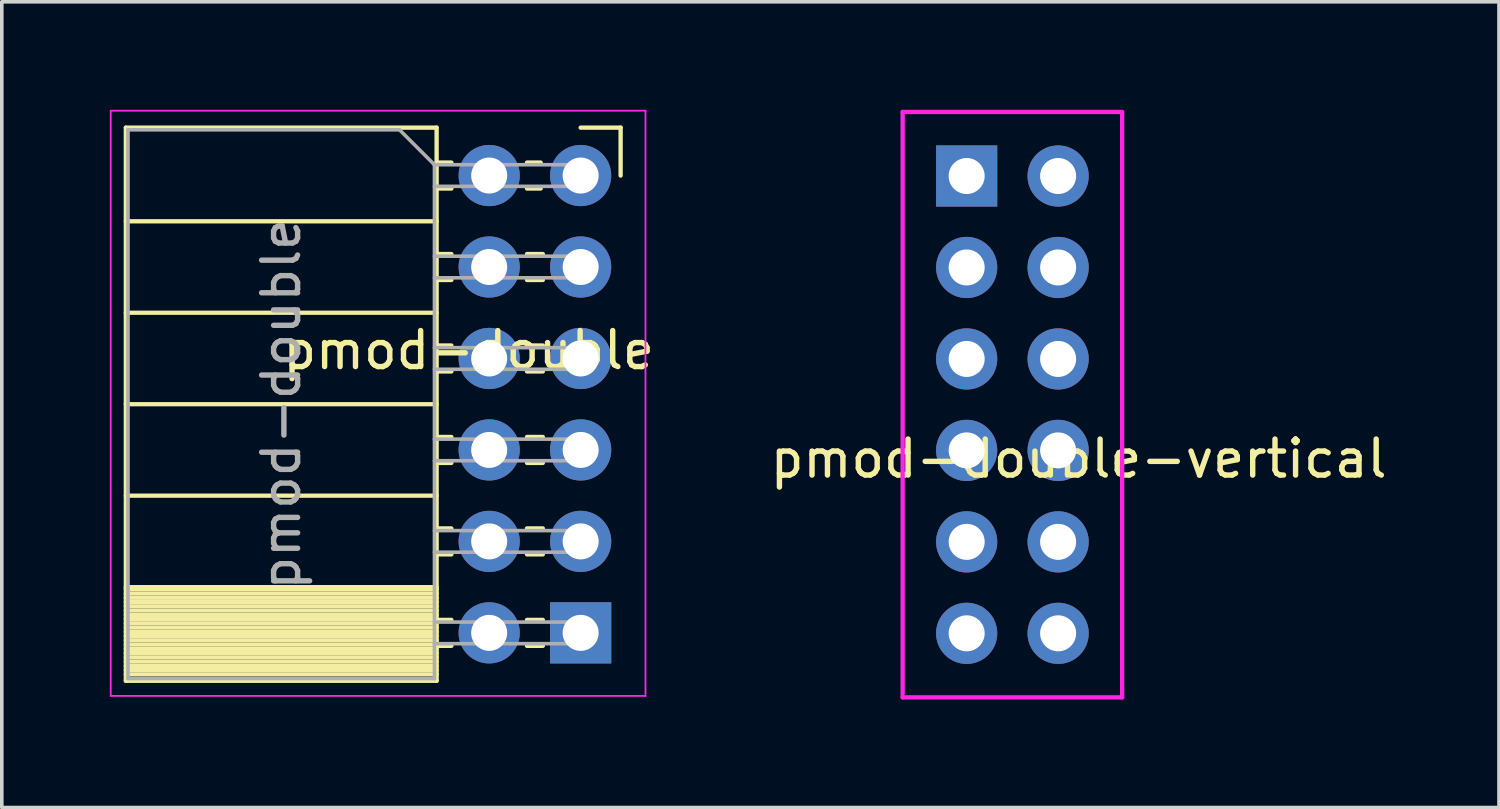
<source format=kicad_pcb>
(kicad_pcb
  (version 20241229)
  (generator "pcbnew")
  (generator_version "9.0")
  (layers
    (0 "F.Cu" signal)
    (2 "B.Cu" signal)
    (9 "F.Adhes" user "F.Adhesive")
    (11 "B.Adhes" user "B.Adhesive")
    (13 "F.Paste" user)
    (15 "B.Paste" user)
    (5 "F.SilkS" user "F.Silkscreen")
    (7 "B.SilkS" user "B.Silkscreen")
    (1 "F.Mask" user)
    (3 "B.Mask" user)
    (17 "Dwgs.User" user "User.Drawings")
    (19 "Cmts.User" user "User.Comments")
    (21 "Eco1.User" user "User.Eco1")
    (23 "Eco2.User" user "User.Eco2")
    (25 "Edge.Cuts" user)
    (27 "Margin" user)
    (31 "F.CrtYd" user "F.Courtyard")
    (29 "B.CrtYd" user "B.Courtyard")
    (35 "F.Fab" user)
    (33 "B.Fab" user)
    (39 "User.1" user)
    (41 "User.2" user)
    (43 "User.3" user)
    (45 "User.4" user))
  (footprint "pmod-double"
    (layer "F.Cu")
    (at 13.202 1.825)
    (property "Reference" "pmod-double" (at -3.237 4.85 180) (layer "F.SilkS") (effects (font (size 1 1) (thickness 0.15))))
    (attr through_hole)
    (fp_line (start -12.757 -1.33) (end -12.757 14.03) (stroke (width 0.12) (type solid)) (layer "F.SilkS"))
    (fp_line (start -12.757 -1.33) (end -4.127 -1.33) (stroke (width 0.12) (type solid)) (layer "F.SilkS"))
    (fp_line (start -12.757 1.27) (end -4.127 1.27) (stroke (width 0.12) (type solid)) (layer "F.SilkS"))
    (fp_line (start -12.757 3.81) (end -4.127 3.81) (stroke (width 0.12) (type solid)) (layer "F.SilkS"))
    (fp_line (start -12.757 6.35) (end -4.127 6.35) (stroke (width 0.12) (type solid)) (layer "F.SilkS"))
    (fp_line (start -12.757 8.89) (end -4.127 8.89) (stroke (width 0.12) (type solid)) (layer "F.SilkS"))
    (fp_line (start -12.757 11.43) (end -4.127 11.43) (stroke (width 0.12) (type solid)) (layer "F.SilkS"))
    (fp_line (start -12.757 11.49) (end -4.127 11.49) (stroke (width 0.12) (type solid)) (layer "F.SilkS"))
    (fp_line (start -12.757 11.608) (end -4.127 11.608) (stroke (width 0.12) (type solid)) (layer "F.SilkS"))
    (fp_line (start -12.757 11.726) (end -4.127 11.726) (stroke (width 0.12) (type solid)) (layer "F.SilkS"))
    (fp_line (start -12.757 11.844) (end -4.127 11.844) (stroke (width 0.12) (type solid)) (layer "F.SilkS"))
    (fp_line (start -12.757 11.962) (end -4.127 11.962) (stroke (width 0.12) (type solid)) (layer "F.SilkS"))
    (fp_line (start -12.757 12.08) (end -4.127 12.08) (stroke (width 0.12) (type solid)) (layer "F.SilkS"))
    (fp_line (start -12.757 12.199) (end -4.127 12.199) (stroke (width 0.12) (type solid)) (layer "F.SilkS"))
    (fp_line (start -12.757 12.317) (end -4.127 12.317) (stroke (width 0.12) (type solid)) (layer "F.SilkS"))
    (fp_line (start -12.757 12.435) (end -4.127 12.435) (stroke (width 0.12) (type solid)) (layer "F.SilkS"))
    (fp_line (start -12.757 12.553) (end -4.127 12.553) (stroke (width 0.12) (type solid)) (layer "F.SilkS"))
    (fp_line (start -12.757 12.671) (end -4.127 12.671) (stroke (width 0.12) (type solid)) (layer "F.SilkS"))
    (fp_line (start -12.757 12.789) (end -4.127 12.789) (stroke (width 0.12) (type solid)) (layer "F.SilkS"))
    (fp_line (start -12.757 12.907) (end -4.127 12.907) (stroke (width 0.12) (type solid)) (layer "F.SilkS"))
    (fp_line (start -12.757 13.025) (end -4.127 13.025) (stroke (width 0.12) (type solid)) (layer "F.SilkS"))
    (fp_line (start -12.757 13.143) (end -4.127 13.143) (stroke (width 0.12) (type solid)) (layer "F.SilkS"))
    (fp_line (start -12.757 13.261) (end -4.127 13.261) (stroke (width 0.12) (type solid)) (layer "F.SilkS"))
    (fp_line (start -12.757 13.38) (end -4.127 13.38) (stroke (width 0.12) (type solid)) (layer "F.SilkS"))
    (fp_line (start -12.757 13.498) (end -4.127 13.498) (stroke (width 0.12) (type solid)) (layer "F.SilkS"))
    (fp_line (start -12.757 13.616) (end -4.127 13.616) (stroke (width 0.12) (type solid)) (layer "F.SilkS"))
    (fp_line (start -12.757 13.734) (end -4.127 13.734) (stroke (width 0.12) (type solid)) (layer "F.SilkS"))
    (fp_line (start -12.757 13.852) (end -4.127 13.852) (stroke (width 0.12) (type solid)) (layer "F.SilkS"))
    (fp_line (start -12.757 14.03) (end -4.127 14.03) (stroke (width 0.12) (type solid)) (layer "F.SilkS"))
    (fp_line (start -4.127 -1.33) (end -4.127 14.03) (stroke (width 0.12) (type solid)) (layer "F.SilkS"))
    (fp_line (start -4.127 -0.36) (end -3.717 -0.36) (stroke (width 0.12) (type solid)) (layer "F.SilkS"))
    (fp_line (start -4.127 0.36) (end -3.717 0.36) (stroke (width 0.12) (type solid)) (layer "F.SilkS"))
    (fp_line (start -4.127 2.18) (end -3.717 2.18) (stroke (width 0.12) (type solid)) (layer "F.SilkS"))
    (fp_line (start -4.127 2.9) (end -3.717 2.9) (stroke (width 0.12) (type solid)) (layer "F.SilkS"))
    (fp_line (start -4.127 4.72) (end -3.717 4.72) (stroke (width 0.12) (type solid)) (layer "F.SilkS"))
    (fp_line (start -4.127 5.44) (end -3.717 5.44) (stroke (width 0.12) (type solid)) (layer "F.SilkS"))
    (fp_line (start -4.127 7.26) (end -3.717 7.26) (stroke (width 0.12) (type solid)) (layer "F.SilkS"))
    (fp_line (start -4.127 7.98) (end -3.717 7.98) (stroke (width 0.12) (type solid)) (layer "F.SilkS"))
    (fp_line (start -4.127 9.8) (end -3.717 9.8) (stroke (width 0.12) (type solid)) (layer "F.SilkS"))
    (fp_line (start -4.127 10.52) (end -3.717 10.52) (stroke (width 0.12) (type solid)) (layer "F.SilkS"))
    (fp_line (start -4.127 12.34) (end -3.717 12.34) (stroke (width 0.12) (type solid)) (layer "F.SilkS"))
    (fp_line (start -4.127 13.06) (end -3.717 13.06) (stroke (width 0.12) (type solid)) (layer "F.SilkS"))
    (fp_line (start -1.617 -0.36) (end -1.237 -0.36) (stroke (width 0.12) (type solid)) (layer "F.SilkS"))
    (fp_line (start -1.617 0.36) (end -1.237 0.36) (stroke (width 0.12) (type solid)) (layer "F.SilkS"))
    (fp_line (start -1.617 2.18) (end -1.177 2.18) (stroke (width 0.12) (type solid)) (layer "F.SilkS"))
    (fp_line (start -1.617 2.9) (end -1.177 2.9) (stroke (width 0.12) (type solid)) (layer "F.SilkS"))
    (fp_line (start -1.617 4.72) (end -1.177 4.72) (stroke (width 0.12) (type solid)) (layer "F.SilkS"))
    (fp_line (start -1.617 5.44) (end -1.177 5.44) (stroke (width 0.12) (type solid)) (layer "F.SilkS"))
    (fp_line (start -1.617 7.26) (end -1.177 7.26) (stroke (width 0.12) (type solid)) (layer "F.SilkS"))
    (fp_line (start -1.617 7.98) (end -1.177 7.98) (stroke (width 0.12) (type solid)) (layer "F.SilkS"))
    (fp_line (start -1.617 9.8) (end -1.177 9.8) (stroke (width 0.12) (type solid)) (layer "F.SilkS"))
    (fp_line (start -1.617 10.52) (end -1.177 10.52) (stroke (width 0.12) (type solid)) (layer "F.SilkS"))
    (fp_line (start -1.617 12.34) (end -1.177 12.34) (stroke (width 0.12) (type solid)) (layer "F.SilkS"))
    (fp_line (start -1.617 13.06) (end -1.177 13.06) (stroke (width 0.12) (type solid)) (layer "F.SilkS"))
    (fp_line (start -0.127 -1.33) (end 0.983 -1.33) (stroke (width 0.12) (type solid)) (layer "F.SilkS"))
    (fp_line (start 0.983 -1.33) (end 0.983 0) (stroke (width 0.12) (type solid)) (layer "F.SilkS"))
    (fp_line (start -13.177 -1.8) (end -13.177 14.45) (stroke (width 0.05) (type solid)) (layer "F.CrtYd"))
    (fp_line (start -13.177 14.45) (end 1.673 14.45) (stroke (width 0.05) (type solid)) (layer "F.CrtYd"))
    (fp_line (start 1.673 -1.8) (end -13.177 -1.8) (stroke (width 0.05) (type solid)) (layer "F.CrtYd"))
    (fp_line (start 1.673 14.45) (end 1.673 -1.8) (stroke (width 0.05) (type solid)) (layer "F.CrtYd"))
    (fp_line (start -12.697 -1.27) (end -5.157 -1.27) (stroke (width 0.1) (type solid)) (layer "F.Fab"))
    (fp_line (start -12.697 13.97) (end -12.697 -1.27) (stroke (width 0.1) (type solid)) (layer "F.Fab"))
    (fp_line (start -5.157 -1.27) (end -4.187 -0.3) (stroke (width 0.1) (type solid)) (layer "F.Fab"))
    (fp_line (start -4.187 -0.3) (end -4.187 13.97) (stroke (width 0.1) (type solid)) (layer "F.Fab"))
    (fp_line (start -4.187 0.3) (end -0.127 0.3) (stroke (width 0.1) (type solid)) (layer "F.Fab"))
    (fp_line (start -4.187 2.84) (end -0.127 2.84) (stroke (width 0.1) (type solid)) (layer "F.Fab"))
    (fp_line (start -4.187 5.38) (end -0.127 5.38) (stroke (width 0.1) (type solid)) (layer "F.Fab"))
    (fp_line (start -4.187 7.92) (end -0.127 7.92) (stroke (width 0.1) (type solid)) (layer "F.Fab"))
    (fp_line (start -4.187 10.46) (end -0.127 10.46) (stroke (width 0.1) (type solid)) (layer "F.Fab"))
    (fp_line (start -4.187 13) (end -0.127 13) (stroke (width 0.1) (type solid)) (layer "F.Fab"))
    (fp_line (start -4.187 13.97) (end -12.697 13.97) (stroke (width 0.1) (type solid)) (layer "F.Fab"))
    (fp_line (start -0.127 -0.3) (end -4.187 -0.3) (stroke (width 0.1) (type solid)) (layer "F.Fab"))
    (fp_line (start -0.127 0.3) (end -0.127 -0.3) (stroke (width 0.1) (type solid)) (layer "F.Fab"))
    (fp_line (start -0.127 2.24) (end -4.187 2.24) (stroke (width 0.1) (type solid)) (layer "F.Fab"))
    (fp_line (start -0.127 2.84) (end -0.127 2.24) (stroke (width 0.1) (type solid)) (layer "F.Fab"))
    (fp_line (start -0.127 4.78) (end -4.187 4.78) (stroke (width 0.1) (type solid)) (layer "F.Fab"))
    (fp_line (start -0.127 5.38) (end -0.127 4.78) (stroke (width 0.1) (type solid)) (layer "F.Fab"))
    (fp_line (start -0.127 7.32) (end -4.187 7.32) (stroke (width 0.1) (type solid)) (layer "F.Fab"))
    (fp_line (start -0.127 7.92) (end -0.127 7.32) (stroke (width 0.1) (type solid)) (layer "F.Fab"))
    (fp_line (start -0.127 9.86) (end -4.187 9.86) (stroke (width 0.1) (type solid)) (layer "F.Fab"))
    (fp_line (start -0.127 10.46) (end -0.127 9.86) (stroke (width 0.1) (type solid)) (layer "F.Fab"))
    (fp_line (start -0.127 12.4) (end -4.187 12.4) (stroke (width 0.1) (type solid)) (layer "F.Fab"))
    (fp_line (start -0.127 13) (end -0.127 12.4) (stroke (width 0.1) (type solid)) (layer "F.Fab"))
    (fp_text user "${REFERENCE}" (at -8.442 6.35 90) (layer "F.Fab") (effects (font (size 1 1) (thickness 0.15))))
    (pad "1" thru_hole rect (at -0.127 12.7) (size 1.7 1.7) (drill 1) (layers "*.Cu" "*.Mask"))
    (pad "2" thru_hole oval (at -0.127 10.16) (size 1.7 1.7) (drill 1) (layers "*.Cu" "*.Mask"))
    (pad "3" thru_hole oval (at -0.127 7.62) (size 1.7 1.7) (drill 1) (layers "*.Cu" "*.Mask"))
    (pad "4" thru_hole oval (at -0.127 5.08) (size 1.7 1.7) (drill 1) (layers "*.Cu" "*.Mask"))
    (pad "5" thru_hole oval (at -0.127 2.54) (size 1.7 1.7) (drill 1) (layers "*.Cu" "*.Mask"))
    (pad "6" thru_hole oval (at -0.127 0) (size 1.7 1.7) (drill 1) (layers "*.Cu" "*.Mask"))
    (pad "7" thru_hole oval (at -2.667 12.7) (size 1.7 1.7) (drill 1) (layers "*.Cu" "*.Mask"))
    (pad "8" thru_hole oval (at -2.667 10.16) (size 1.7 1.7) (drill 1) (layers "*.Cu" "*.Mask"))
    (pad "9" thru_hole oval (at -2.667 7.62) (size 1.7 1.7) (drill 1) (layers "*.Cu" "*.Mask"))
    (pad "10" thru_hole oval (at -2.667 5.08) (size 1.7 1.7) (drill 1) (layers "*.Cu" "*.Mask"))
    (pad "11" thru_hole oval (at -2.667 2.54) (size 1.7 1.7) (drill 1) (layers "*.Cu" "*.Mask"))
    (pad "12" thru_hole oval (at -2.667 0) (size 1.7 1.7) (drill 1) (layers "*.Cu" "*.Mask")))
  (footprint "pmod-double-vertical"
    (layer "F.Cu")
    (at 22.525 0.568)
    (property "Reference" "pmod-double-vertical" (at 4.38 9.12 0) (layer "F.SilkS") (effects (font (size 1 1) (thickness 0.15))))
    (attr through_hole)
    (fp_line (start -0.508 -0.508) (end -0.508 15.748) (stroke (width 0.12) (type solid)) (layer "F.CrtYd"))
    (fp_line (start -0.508 15.748) (end 5.588 15.748) (stroke (width 0.12) (type solid)) (layer "F.CrtYd"))
    (fp_line (start 5.588 -0.508) (end -0.508 -0.508) (stroke (width 0.12) (type solid)) (layer "F.CrtYd"))
    (fp_line (start 5.588 15.748) (end 5.588 -0.508) (stroke (width 0.12) (type solid)) (layer "F.CrtYd"))
    (fp_line (start 1.27 0.97) (end 1.27 1.57) (stroke (width 0.1) (type solid)) (layer "F.Fab"))
    (fp_line (start 1.27 3.51) (end 1.27 4.11) (stroke (width 0.1) (type solid)) (layer "F.Fab"))
    (fp_line (start 1.27 6.05) (end 1.27 6.65) (stroke (width 0.1) (type solid)) (layer "F.Fab"))
    (fp_line (start 1.27 8.59) (end 1.27 9.19) (stroke (width 0.1) (type solid)) (layer "F.Fab"))
    (fp_line (start 1.27 11.13) (end 1.27 11.73) (stroke (width 0.1) (type solid)) (layer "F.Fab"))
    (fp_line (start 1.27 13.67) (end 1.27 14.27) (stroke (width 0.1) (type solid)) (layer "F.Fab"))
    (pad "1" thru_hole rect (at 1.27 1.27 180) (size 1.7 1.7) (drill 1) (layers "*.Cu" "*.Mask"))
    (pad "2" thru_hole oval (at 1.27 3.81 180) (size 1.7 1.7) (drill 1) (layers "*.Cu" "*.Mask"))
    (pad "3" thru_hole oval (at 1.27 6.35 180) (size 1.7 1.7) (drill 1) (layers "*.Cu" "*.Mask"))
    (pad "4" thru_hole oval (at 1.27 8.89 180) (size 1.7 1.7) (drill 1) (layers "*.Cu" "*.Mask"))
    (pad "5" thru_hole oval (at 1.27 11.43 180) (size 1.7 1.7) (drill 1) (layers "*.Cu" "*.Mask"))
    (pad "6" thru_hole oval (at 1.27 13.97 180) (size 1.7 1.7) (drill 1) (layers "*.Cu" "*.Mask"))
    (pad "7" thru_hole oval (at 3.81 1.27 180) (size 1.7 1.7) (drill 1) (layers "*.Cu" "*.Mask"))
    (pad "8" thru_hole oval (at 3.81 3.81 180) (size 1.7 1.7) (drill 1) (layers "*.Cu" "*.Mask"))
    (pad "9" thru_hole oval (at 3.81 6.35 180) (size 1.7 1.7) (drill 1) (layers "*.Cu" "*.Mask"))
    (pad "10" thru_hole oval (at 3.81 8.89 180) (size 1.7 1.7) (drill 1) (layers "*.Cu" "*.Mask"))
    (pad "11" thru_hole oval (at 3.81 11.43 180) (size 1.7 1.7) (drill 1) (layers "*.Cu" "*.Mask"))
    (pad "12" thru_hole oval (at 3.81 13.97 180) (size 1.7 1.7) (drill 1) (layers "*.Cu" "*.Mask")))
  (gr_rect
    (start -3 -3)
    (end 38.578 19.376)
    (stroke (width 0.1) (type default))
    (fill no)
    (layer "Edge.Cuts")))
</source>
